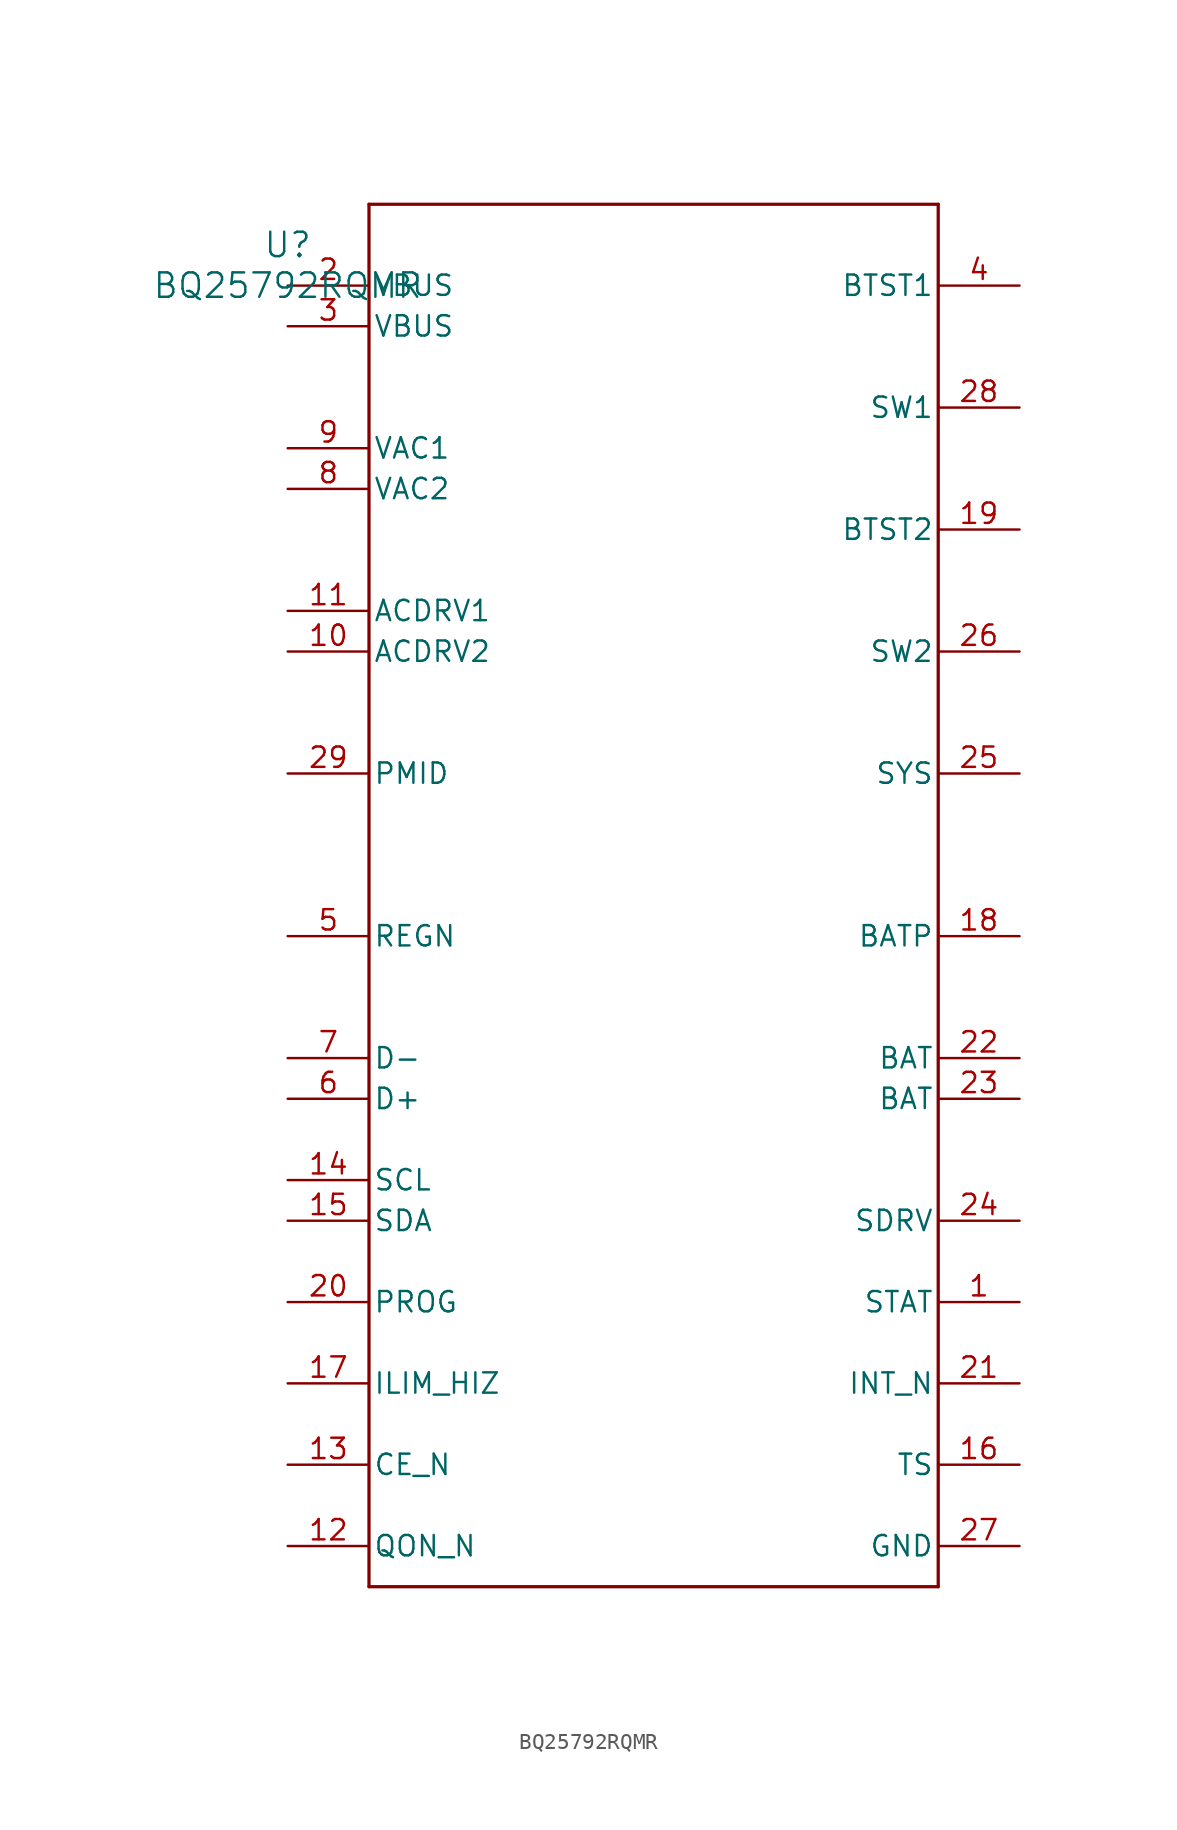
<source format=kicad_sym>
(kicad_symbol_lib
  (version 20211014)
  (generator kicad_symbol_editor)
  (symbol "BQ25792RQMR"
    (pin_names
      (offset 0.254))
    (property "Reference" "U"
      (at 0 2.54 0)
      (effects (font (size 1.524 1.524))))
    (property "Value" "BQ25792RQMR"
      (at 0 0 0)
      (effects (font (size 1.524 1.524))))
    (symbol "BQ25792RQMR_0_1"
      (polyline (pts (xy 5.08 -81.28) (xy 40.64 -81.28)) (stroke (width 0.203) (type default) (color 0 0 0 0)) (fill (type none)))
      (polyline (pts (xy 40.64 -81.28) (xy 40.64 5.08)) (stroke (width 0.203) (type default) (color 0 0 0 0)) (fill (type none)))
      (polyline (pts (xy 40.64 5.08) (xy 5.08 5.08)) (stroke (width 0.203) (type default) (color 0 0 0 0)) (fill (type none)))
      (polyline (pts (xy 5.08 5.08) (xy 5.08 -81.28)) (stroke (width 0.203) (type default) (color 0 0 0 0)) (fill (type none)))
      (pin unspecified line (at 45.72 -63.5 180) (length 5.08) (name "STAT" (effects (font (size 1.27 1.27)))) (number "1" (effects (font (size 1.27 1.27)))))
      (pin power_in line (at 0 0 0) (length 5.08) (name "VBUS" (effects (font (size 1.27 1.27)))) (number "2" (effects (font (size 1.27 1.27)))))
      (pin power_in line (at 0 -2.54 0) (length 5.08) (name "VBUS" (effects (font (size 1.27 1.27)))) (number "3" (effects (font (size 1.27 1.27)))))
      (pin unspecified line (at 45.72 0 180) (length 5.08) (name "BTST1" (effects (font (size 1.27 1.27)))) (number "4" (effects (font (size 1.27 1.27)))))
      (pin unspecified line (at 0 -40.64 0) (length 5.08) (name "REGN" (effects (font (size 1.27 1.27)))) (number "5" (effects (font (size 1.27 1.27)))))
      (pin unspecified line (at 0 -50.8 0) (length 5.08) (name "D+" (effects (font (size 1.27 1.27)))) (number "6" (effects (font (size 1.27 1.27)))))
      (pin unspecified line (at 0 -48.26 0) (length 5.08) (name "D-" (effects (font (size 1.27 1.27)))) (number "7" (effects (font (size 1.27 1.27)))))
      (pin power_in line (at 0 -12.7 0) (length 5.08) (name "VAC2" (effects (font (size 1.27 1.27)))) (number "8" (effects (font (size 1.27 1.27)))))
      (pin power_in line (at 0 -10.16 0) (length 5.08) (name "VAC1" (effects (font (size 1.27 1.27)))) (number "9" (effects (font (size 1.27 1.27)))))
      (pin power_in line (at 0 -22.86 0) (length 5.08) (name "ACDRV2" (effects (font (size 1.27 1.27)))) (number "10" (effects (font (size 1.27 1.27)))))
      (pin power_in line (at 0 -20.32 0) (length 5.08) (name "ACDRV1" (effects (font (size 1.27 1.27)))) (number "11" (effects (font (size 1.27 1.27)))))
      (pin unspecified line (at 0 -78.74 0) (length 5.08) (name "QON_N" (effects (font (size 1.27 1.27)))) (number "12" (effects (font (size 1.27 1.27)))))
      (pin unspecified line (at 0 -73.66 0) (length 5.08) (name "CE_N" (effects (font (size 1.27 1.27)))) (number "13" (effects (font (size 1.27 1.27)))))
      (pin input line (at 0 -55.88 0) (length 5.08) (name "SCL" (effects (font (size 1.27 1.27)))) (number "14" (effects (font (size 1.27 1.27)))))
      (pin bidirectional line (at 0 -58.42 0) (length 5.08) (name "SDA" (effects (font (size 1.27 1.27)))) (number "15" (effects (font (size 1.27 1.27)))))
      (pin unspecified line (at 45.72 -73.66 180) (length 5.08) (name "TS" (effects (font (size 1.27 1.27)))) (number "16" (effects (font (size 1.27 1.27)))))
      (pin unspecified line (at 0 -68.58 0) (length 5.08) (name "ILIM_HIZ" (effects (font (size 1.27 1.27)))) (number "17" (effects (font (size 1.27 1.27)))))
      (pin unspecified line (at 45.72 -40.64 180) (length 5.08) (name "BATP" (effects (font (size 1.27 1.27)))) (number "18" (effects (font (size 1.27 1.27)))))
      (pin unspecified line (at 45.72 -15.24 180) (length 5.08) (name "BTST2" (effects (font (size 1.27 1.27)))) (number "19" (effects (font (size 1.27 1.27)))))
      (pin unspecified line (at 0 -63.5 0) (length 5.08) (name "PROG" (effects (font (size 1.27 1.27)))) (number "20" (effects (font (size 1.27 1.27)))))
      (pin unspecified line (at 45.72 -68.58 180) (length 5.08) (name "INT_N" (effects (font (size 1.27 1.27)))) (number "21" (effects (font (size 1.27 1.27)))))
      (pin unspecified line (at 45.72 -48.26 180) (length 5.08) (name "BAT" (effects (font (size 1.27 1.27)))) (number "22" (effects (font (size 1.27 1.27)))))
      (pin unspecified line (at 45.72 -50.8 180) (length 5.08) (name "BAT" (effects (font (size 1.27 1.27)))) (number "23" (effects (font (size 1.27 1.27)))))
      (pin unspecified line (at 45.72 -58.42 180) (length 5.08) (name "SDRV" (effects (font (size 1.27 1.27)))) (number "24" (effects (font (size 1.27 1.27)))))
      (pin unspecified line (at 45.72 -30.48 180) (length 5.08) (name "SYS" (effects (font (size 1.27 1.27)))) (number "25" (effects (font (size 1.27 1.27)))))
      (pin unspecified line (at 45.72 -22.86 180) (length 5.08) (name "SW2" (effects (font (size 1.27 1.27)))) (number "26" (effects (font (size 1.27 1.27)))))
      (pin power_in line (at 45.72 -78.74 180) (length 5.08) (name "GND" (effects (font (size 1.27 1.27)))) (number "27" (effects (font (size 1.27 1.27)))))
      (pin unspecified line (at 45.72 -7.62 180) (length 5.08) (name "SW1" (effects (font (size 1.27 1.27)))) (number "28" (effects (font (size 1.27 1.27)))))
      (pin unspecified line (at 0 -30.48 0) (length 5.08) (name "PMID" (effects (font (size 1.27 1.27)))) (number "29" (effects (font (size 1.27 1.27))))))))
</source>
